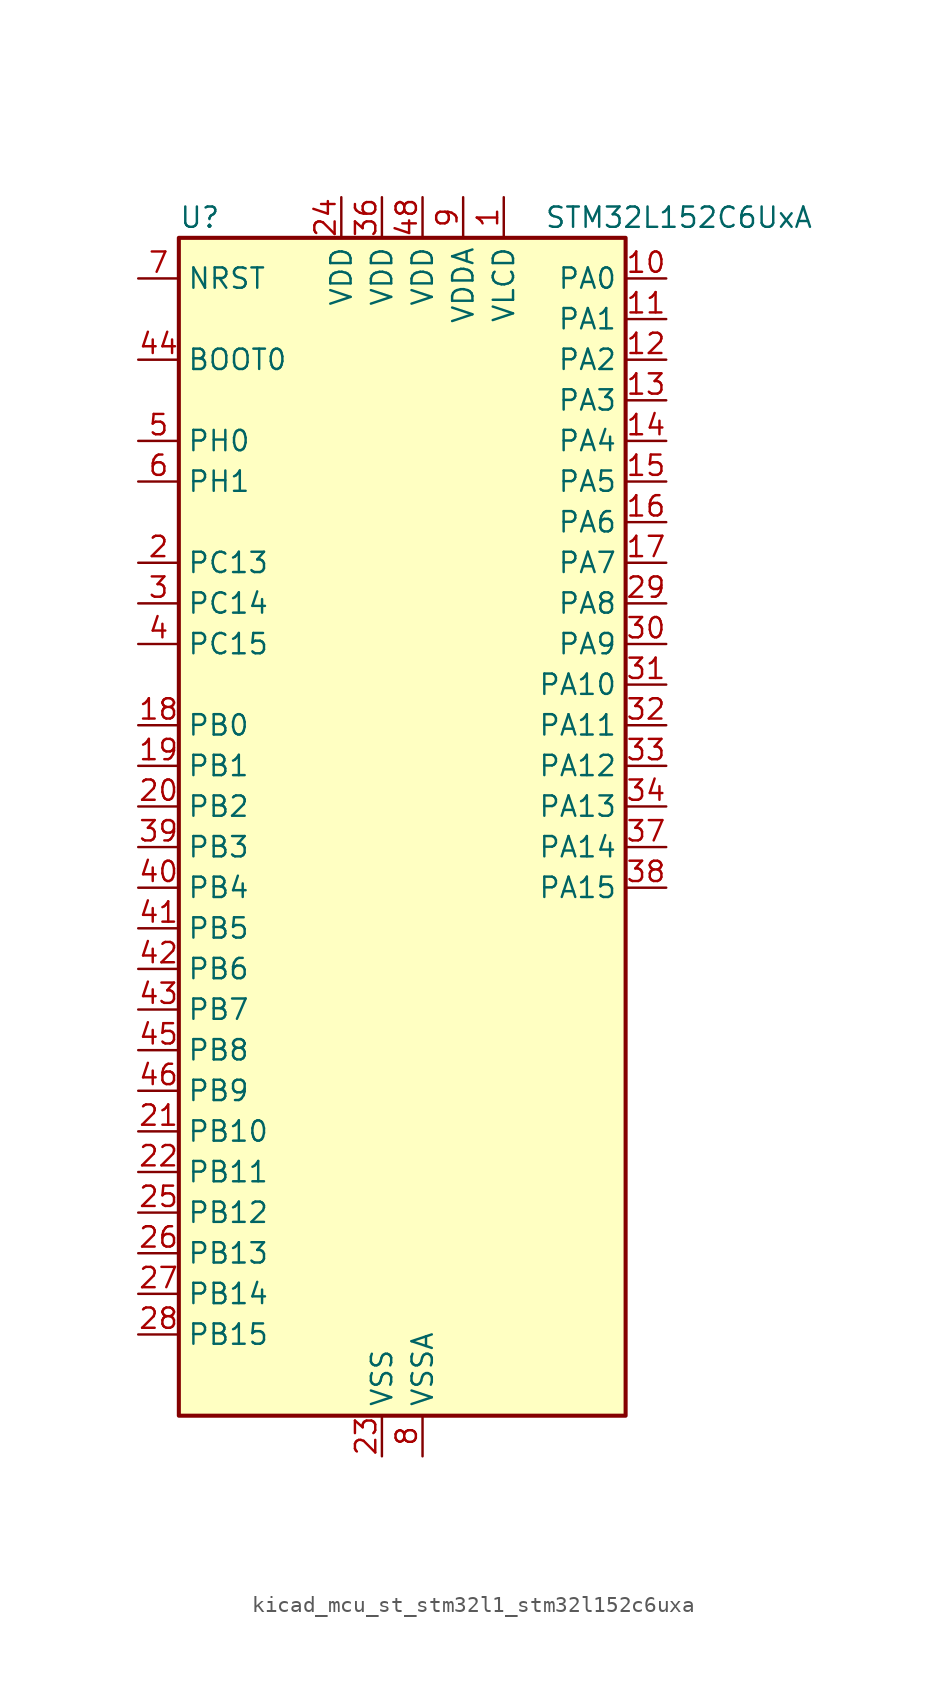
<source format=kicad_sym>
(kicad_symbol_lib
  (version 20220914)
  (generator kicad_symbol_editor)
  (symbol "kicad_mcu_st_stm32l1_stm32l152c6uxa"
    (property "Reference" "U"
      (at -12.7 39.37 0)
      (effects (font (size 1.27 1.27)) (justify left)))
    (property "Value" "STM32L152C6UxA"
      (at 10.16 39.37 0)
      (effects (font (size 1.27 1.27)) (justify left)))
    (property "ki_locked" ""
      (at 0 0 0)
      (effects (font (size 1.27 1.27))))
    (symbol "kicad_mcu_st_stm32l1_stm32l152c6uxa_0_1"
      (rectangle (start -12.7 -35.56) (end 15.24 38.1) (stroke (width 0.254) (type default)) (fill (type background))))
    (symbol "kicad_mcu_st_stm32l1_stm32l152c6uxa_1_1"
      (pin power_in line (at 7.62 40.64 270) (length 2.54) (name "VLCD" (effects (font (size 1.27 1.27)))) (number "1" (effects (font (size 1.27 1.27)))))
      (pin bidirectional line (at 17.78 35.56 180) (length 2.54) (name "PA0" (effects (font (size 1.27 1.27)))) (number "10" (effects (font (size 1.27 1.27)))) (alternate "ADC_IN0" bidirectional line) (alternate "COMP1_INP" bidirectional line) (alternate "RTC_TAMP2" bidirectional line) (alternate "SYS_WKUP1" bidirectional line) (alternate "TIM2_CH1" bidirectional line) (alternate "TIM2_ETR" bidirectional line) (alternate "TIMX_IC1" bidirectional line) (alternate "TS_G1_IO1" bidirectional line) (alternate "USART2_CTS" bidirectional line))
      (pin bidirectional line (at 17.78 33.02 180) (length 2.54) (name "PA1" (effects (font (size 1.27 1.27)))) (number "11" (effects (font (size 1.27 1.27)))) (alternate "ADC_IN1" bidirectional line) (alternate "COMP1_INP" bidirectional line) (alternate "LCD_SEG0" bidirectional line) (alternate "TIM2_CH2" bidirectional line) (alternate "TIMX_IC2" bidirectional line) (alternate "TS_G1_IO2" bidirectional line) (alternate "USART2_RTS" bidirectional line))
      (pin bidirectional line (at 17.78 30.48 180) (length 2.54) (name "PA2" (effects (font (size 1.27 1.27)))) (number "12" (effects (font (size 1.27 1.27)))) (alternate "ADC_IN2" bidirectional line) (alternate "COMP1_INP" bidirectional line) (alternate "LCD_SEG1" bidirectional line) (alternate "TIM2_CH3" bidirectional line) (alternate "TIM9_CH1" bidirectional line) (alternate "TIMX_IC3" bidirectional line) (alternate "TS_G1_IO3" bidirectional line) (alternate "USART2_TX" bidirectional line))
      (pin bidirectional line (at 17.78 27.94 180) (length 2.54) (name "PA3" (effects (font (size 1.27 1.27)))) (number "13" (effects (font (size 1.27 1.27)))) (alternate "ADC_IN3" bidirectional line) (alternate "COMP1_INP" bidirectional line) (alternate "LCD_SEG2" bidirectional line) (alternate "TIM2_CH4" bidirectional line) (alternate "TIM9_CH2" bidirectional line) (alternate "TIMX_IC4" bidirectional line) (alternate "TS_G1_IO4" bidirectional line) (alternate "USART2_RX" bidirectional line))
      (pin bidirectional line (at 17.78 25.4 180) (length 2.54) (name "PA4" (effects (font (size 1.27 1.27)))) (number "14" (effects (font (size 1.27 1.27)))) (alternate "ADC_IN4" bidirectional line) (alternate "COMP1_INP" bidirectional line) (alternate "DAC_OUT1" bidirectional line) (alternate "SPI1_NSS" bidirectional line) (alternate "TIMX_IC1" bidirectional line) (alternate "USART2_CK" bidirectional line))
      (pin bidirectional line (at 17.78 22.86 180) (length 2.54) (name "PA5" (effects (font (size 1.27 1.27)))) (number "15" (effects (font (size 1.27 1.27)))) (alternate "ADC_IN5" bidirectional line) (alternate "COMP1_INP" bidirectional line) (alternate "DAC_OUT2" bidirectional line) (alternate "SPI1_SCK" bidirectional line) (alternate "TIM2_CH1" bidirectional line) (alternate "TIM2_ETR" bidirectional line) (alternate "TIMX_IC2" bidirectional line))
      (pin bidirectional line (at 17.78 20.32 180) (length 2.54) (name "PA6" (effects (font (size 1.27 1.27)))) (number "16" (effects (font (size 1.27 1.27)))) (alternate "ADC_IN6" bidirectional line) (alternate "COMP1_INP" bidirectional line) (alternate "LCD_SEG3" bidirectional line) (alternate "SPI1_MISO" bidirectional line) (alternate "TIM10_CH1" bidirectional line) (alternate "TIM3_CH1" bidirectional line) (alternate "TIMX_IC3" bidirectional line) (alternate "TS_G2_IO1" bidirectional line))
      (pin bidirectional line (at 17.78 17.78 180) (length 2.54) (name "PA7" (effects (font (size 1.27 1.27)))) (number "17" (effects (font (size 1.27 1.27)))) (alternate "ADC_IN7" bidirectional line) (alternate "COMP1_INP" bidirectional line) (alternate "LCD_SEG4" bidirectional line) (alternate "SPI1_MOSI" bidirectional line) (alternate "TIM11_CH1" bidirectional line) (alternate "TIM3_CH2" bidirectional line) (alternate "TIMX_IC4" bidirectional line) (alternate "TS_G2_IO2" bidirectional line))
      (pin bidirectional line (at -15.24 7.62 0) (length 2.54) (name "PB0" (effects (font (size 1.27 1.27)))) (number "18" (effects (font (size 1.27 1.27)))) (alternate "ADC_IN8" bidirectional line) (alternate "COMP1_INP" bidirectional line) (alternate "LCD_SEG5" bidirectional line) (alternate "SYS_V_REF_OUT" bidirectional line) (alternate "TIM3_CH3" bidirectional line) (alternate "TS_G3_IO1" bidirectional line))
      (pin bidirectional line (at -15.24 5.08 0) (length 2.54) (name "PB1" (effects (font (size 1.27 1.27)))) (number "19" (effects (font (size 1.27 1.27)))) (alternate "ADC_IN9" bidirectional line) (alternate "COMP1_INP" bidirectional line) (alternate "LCD_SEG6" bidirectional line) (alternate "SYS_V_REF_OUT" bidirectional line) (alternate "TIM3_CH4" bidirectional line) (alternate "TS_G3_IO2" bidirectional line))
      (pin bidirectional line (at -15.24 17.78 0) (length 2.54) (name "PC13" (effects (font (size 1.27 1.27)))) (number "2" (effects (font (size 1.27 1.27)))) (alternate "RTC_OUT_ALARM" bidirectional line) (alternate "RTC_OUT_CALIB" bidirectional line) (alternate "RTC_TAMP1" bidirectional line) (alternate "RTC_TS" bidirectional line) (alternate "SYS_WKUP2" bidirectional line) (alternate "TIMX_IC2" bidirectional line))
      (pin bidirectional line (at -15.24 2.54 0) (length 2.54) (name "PB2" (effects (font (size 1.27 1.27)))) (number "20" (effects (font (size 1.27 1.27)))) (alternate "TS_G3_IO3" bidirectional line))
      (pin bidirectional line (at -15.24 -17.78 0) (length 2.54) (name "PB10" (effects (font (size 1.27 1.27)))) (number "21" (effects (font (size 1.27 1.27)))) (alternate "I2C2_SCL" bidirectional line) (alternate "LCD_SEG10" bidirectional line) (alternate "TIM2_CH3" bidirectional line) (alternate "USART3_TX" bidirectional line))
      (pin bidirectional line (at -15.24 -20.32 0) (length 2.54) (name "PB11" (effects (font (size 1.27 1.27)))) (number "22" (effects (font (size 1.27 1.27)))) (alternate "ADC_EXTI11" bidirectional line) (alternate "I2C2_SDA" bidirectional line) (alternate "LCD_SEG11" bidirectional line) (alternate "TIM2_CH4" bidirectional line) (alternate "USART3_RX" bidirectional line))
      (pin power_in line (at 0 -38.1 90) (length 2.54) (name "VSS" (effects (font (size 1.27 1.27)))) (number "23" (effects (font (size 1.27 1.27)))))
      (pin power_in line (at -2.54 40.64 270) (length 2.54) (name "VDD" (effects (font (size 1.27 1.27)))) (number "24" (effects (font (size 1.27 1.27)))))
      (pin bidirectional line (at -15.24 -22.86 0) (length 2.54) (name "PB12" (effects (font (size 1.27 1.27)))) (number "25" (effects (font (size 1.27 1.27)))) (alternate "ADC_IN18" bidirectional line) (alternate "COMP1_INP" bidirectional line) (alternate "I2C2_SMBA" bidirectional line) (alternate "LCD_SEG12" bidirectional line) (alternate "SPI2_NSS" bidirectional line) (alternate "TIM10_CH1" bidirectional line) (alternate "TS_G7_IO1" bidirectional line) (alternate "USART3_CK" bidirectional line))
      (pin bidirectional line (at -15.24 -25.4 0) (length 2.54) (name "PB13" (effects (font (size 1.27 1.27)))) (number "26" (effects (font (size 1.27 1.27)))) (alternate "ADC_IN19" bidirectional line) (alternate "COMP1_INP" bidirectional line) (alternate "LCD_SEG13" bidirectional line) (alternate "SPI2_SCK" bidirectional line) (alternate "TIM9_CH1" bidirectional line) (alternate "TS_G7_IO2" bidirectional line) (alternate "USART3_CTS" bidirectional line))
      (pin bidirectional line (at -15.24 -27.94 0) (length 2.54) (name "PB14" (effects (font (size 1.27 1.27)))) (number "27" (effects (font (size 1.27 1.27)))) (alternate "ADC_IN20" bidirectional line) (alternate "COMP1_INP" bidirectional line) (alternate "LCD_SEG14" bidirectional line) (alternate "SPI2_MISO" bidirectional line) (alternate "TIM9_CH2" bidirectional line) (alternate "TS_G7_IO3" bidirectional line) (alternate "USART3_RTS" bidirectional line))
      (pin bidirectional line (at -15.24 -30.48 0) (length 2.54) (name "PB15" (effects (font (size 1.27 1.27)))) (number "28" (effects (font (size 1.27 1.27)))) (alternate "ADC_EXTI15" bidirectional line) (alternate "ADC_IN21" bidirectional line) (alternate "COMP1_INP" bidirectional line) (alternate "LCD_SEG15" bidirectional line) (alternate "RTC_REFIN" bidirectional line) (alternate "SPI2_MOSI" bidirectional line) (alternate "TIM11_CH1" bidirectional line) (alternate "TS_G7_IO4" bidirectional line))
      (pin bidirectional line (at 17.78 15.24 180) (length 2.54) (name "PA8" (effects (font (size 1.27 1.27)))) (number "29" (effects (font (size 1.27 1.27)))) (alternate "LCD_COM0" bidirectional line) (alternate "RCC_MCO" bidirectional line) (alternate "TIMX_IC1" bidirectional line) (alternate "TS_G4_IO1" bidirectional line) (alternate "USART1_CK" bidirectional line))
      (pin bidirectional line (at -15.24 15.24 0) (length 2.54) (name "PC14" (effects (font (size 1.27 1.27)))) (number "3" (effects (font (size 1.27 1.27)))) (alternate "RCC_OSC32_IN" bidirectional line) (alternate "TIMX_IC3" bidirectional line))
      (pin bidirectional line (at 17.78 12.7 180) (length 2.54) (name "PA9" (effects (font (size 1.27 1.27)))) (number "30" (effects (font (size 1.27 1.27)))) (alternate "DAC_EXTI9" bidirectional line) (alternate "LCD_COM1" bidirectional line) (alternate "TIMX_IC2" bidirectional line) (alternate "TS_G4_IO2" bidirectional line) (alternate "USART1_TX" bidirectional line))
      (pin bidirectional line (at 17.78 10.16 180) (length 2.54) (name "PA10" (effects (font (size 1.27 1.27)))) (number "31" (effects (font (size 1.27 1.27)))) (alternate "LCD_COM2" bidirectional line) (alternate "TIMX_IC3" bidirectional line) (alternate "TS_G4_IO3" bidirectional line) (alternate "USART1_RX" bidirectional line))
      (pin bidirectional line (at 17.78 7.62 180) (length 2.54) (name "PA11" (effects (font (size 1.27 1.27)))) (number "32" (effects (font (size 1.27 1.27)))) (alternate "ADC_EXTI11" bidirectional line) (alternate "SPI1_MISO" bidirectional line) (alternate "TIMX_IC4" bidirectional line) (alternate "USART1_CTS" bidirectional line) (alternate "USB_DM" bidirectional line))
      (pin bidirectional line (at 17.78 5.08 180) (length 2.54) (name "PA12" (effects (font (size 1.27 1.27)))) (number "33" (effects (font (size 1.27 1.27)))) (alternate "SPI1_MOSI" bidirectional line) (alternate "TIMX_IC1" bidirectional line) (alternate "USART1_RTS" bidirectional line) (alternate "USB_DP" bidirectional line))
      (pin bidirectional line (at 17.78 2.54 180) (length 2.54) (name "PA13" (effects (font (size 1.27 1.27)))) (number "34" (effects (font (size 1.27 1.27)))) (alternate "SYS_JTMS-SWDIO" bidirectional line) (alternate "TIMX_IC2" bidirectional line) (alternate "TS_G5_IO1" bidirectional line))
      (pin passive line (at 0 -38.1 90) (length 2.54) hide (name "VSS" (effects (font (size 1.27 1.27)))) (number "35" (effects (font (size 1.27 1.27)))))
      (pin power_in line (at 0 40.64 270) (length 2.54) (name "VDD" (effects (font (size 1.27 1.27)))) (number "36" (effects (font (size 1.27 1.27)))))
      (pin bidirectional line (at 17.78 0 180) (length 2.54) (name "PA14" (effects (font (size 1.27 1.27)))) (number "37" (effects (font (size 1.27 1.27)))) (alternate "SYS_JTCK-SWCLK" bidirectional line) (alternate "TIMX_IC3" bidirectional line) (alternate "TS_G5_IO2" bidirectional line))
      (pin bidirectional line (at 17.78 -2.54 180) (length 2.54) (name "PA15" (effects (font (size 1.27 1.27)))) (number "38" (effects (font (size 1.27 1.27)))) (alternate "ADC_EXTI15" bidirectional line) (alternate "LCD_SEG17" bidirectional line) (alternate "SPI1_NSS" bidirectional line) (alternate "SYS_JTDI" bidirectional line) (alternate "TIM2_CH1" bidirectional line) (alternate "TIM2_ETR" bidirectional line) (alternate "TIMX_IC4" bidirectional line) (alternate "TS_G5_IO3" bidirectional line))
      (pin bidirectional line (at -15.24 0 0) (length 2.54) (name "PB3" (effects (font (size 1.27 1.27)))) (number "39" (effects (font (size 1.27 1.27)))) (alternate "COMP2_INM" bidirectional line) (alternate "LCD_SEG7" bidirectional line) (alternate "SPI1_SCK" bidirectional line) (alternate "SYS_JTDO-TRACESWO" bidirectional line) (alternate "TIM2_CH2" bidirectional line))
      (pin bidirectional line (at -15.24 12.7 0) (length 2.54) (name "PC15" (effects (font (size 1.27 1.27)))) (number "4" (effects (font (size 1.27 1.27)))) (alternate "ADC_EXTI15" bidirectional line) (alternate "RCC_OSC32_OUT" bidirectional line) (alternate "TIMX_IC4" bidirectional line))
      (pin bidirectional line (at -15.24 -2.54 0) (length 2.54) (name "PB4" (effects (font (size 1.27 1.27)))) (number "40" (effects (font (size 1.27 1.27)))) (alternate "COMP2_INP" bidirectional line) (alternate "LCD_SEG8" bidirectional line) (alternate "SPI1_MISO" bidirectional line) (alternate "SYS_JTRST" bidirectional line) (alternate "TIM3_CH1" bidirectional line) (alternate "TS_G6_IO1" bidirectional line))
      (pin bidirectional line (at -15.24 -5.08 0) (length 2.54) (name "PB5" (effects (font (size 1.27 1.27)))) (number "41" (effects (font (size 1.27 1.27)))) (alternate "COMP2_INP" bidirectional line) (alternate "I2C1_SMBA" bidirectional line) (alternate "LCD_SEG9" bidirectional line) (alternate "SPI1_MOSI" bidirectional line) (alternate "TIM3_CH2" bidirectional line) (alternate "TS_G6_IO2" bidirectional line))
      (pin bidirectional line (at -15.24 -7.62 0) (length 2.54) (name "PB6" (effects (font (size 1.27 1.27)))) (number "42" (effects (font (size 1.27 1.27)))) (alternate "I2C1_SCL" bidirectional line) (alternate "TIM4_CH1" bidirectional line) (alternate "TS_G6_IO3" bidirectional line) (alternate "USART1_TX" bidirectional line))
      (pin bidirectional line (at -15.24 -10.16 0) (length 2.54) (name "PB7" (effects (font (size 1.27 1.27)))) (number "43" (effects (font (size 1.27 1.27)))) (alternate "I2C1_SDA" bidirectional line) (alternate "SYS_PVD_IN" bidirectional line) (alternate "TIM4_CH2" bidirectional line) (alternate "TS_G6_IO4" bidirectional line) (alternate "USART1_RX" bidirectional line))
      (pin input line (at -15.24 30.48 0) (length 2.54) (name "BOOT0" (effects (font (size 1.27 1.27)))) (number "44" (effects (font (size 1.27 1.27)))))
      (pin bidirectional line (at -15.24 -12.7 0) (length 2.54) (name "PB8" (effects (font (size 1.27 1.27)))) (number "45" (effects (font (size 1.27 1.27)))) (alternate "I2C1_SCL" bidirectional line) (alternate "LCD_SEG16" bidirectional line) (alternate "TIM10_CH1" bidirectional line) (alternate "TIM4_CH3" bidirectional line))
      (pin bidirectional line (at -15.24 -15.24 0) (length 2.54) (name "PB9" (effects (font (size 1.27 1.27)))) (number "46" (effects (font (size 1.27 1.27)))) (alternate "DAC_EXTI9" bidirectional line) (alternate "I2C1_SDA" bidirectional line) (alternate "LCD_COM3" bidirectional line) (alternate "TIM11_CH1" bidirectional line) (alternate "TIM4_CH4" bidirectional line))
      (pin passive line (at 0 -38.1 90) (length 2.54) hide (name "VSS" (effects (font (size 1.27 1.27)))) (number "47" (effects (font (size 1.27 1.27)))))
      (pin power_in line (at 2.54 40.64 270) (length 2.54) (name "VDD" (effects (font (size 1.27 1.27)))) (number "48" (effects (font (size 1.27 1.27)))))
      (pin passive line (at 0 -38.1 90) (length 2.54) hide (name "VSS" (effects (font (size 1.27 1.27)))) (number "49" (effects (font (size 1.27 1.27)))))
      (pin bidirectional line (at -15.24 25.4 0) (length 2.54) (name "PH0" (effects (font (size 1.27 1.27)))) (number "5" (effects (font (size 1.27 1.27)))) (alternate "RCC_OSC_IN" bidirectional line))
      (pin bidirectional line (at -15.24 22.86 0) (length 2.54) (name "PH1" (effects (font (size 1.27 1.27)))) (number "6" (effects (font (size 1.27 1.27)))) (alternate "RCC_OSC_OUT" bidirectional line))
      (pin input line (at -15.24 35.56 0) (length 2.54) (name "NRST" (effects (font (size 1.27 1.27)))) (number "7" (effects (font (size 1.27 1.27)))))
      (pin power_in line (at 2.54 -38.1 90) (length 2.54) (name "VSSA" (effects (font (size 1.27 1.27)))) (number "8" (effects (font (size 1.27 1.27)))))
      (pin power_in line (at 5.08 40.64 270) (length 2.54) (name "VDDA" (effects (font (size 1.27 1.27)))) (number "9" (effects (font (size 1.27 1.27))))))))
</source>
